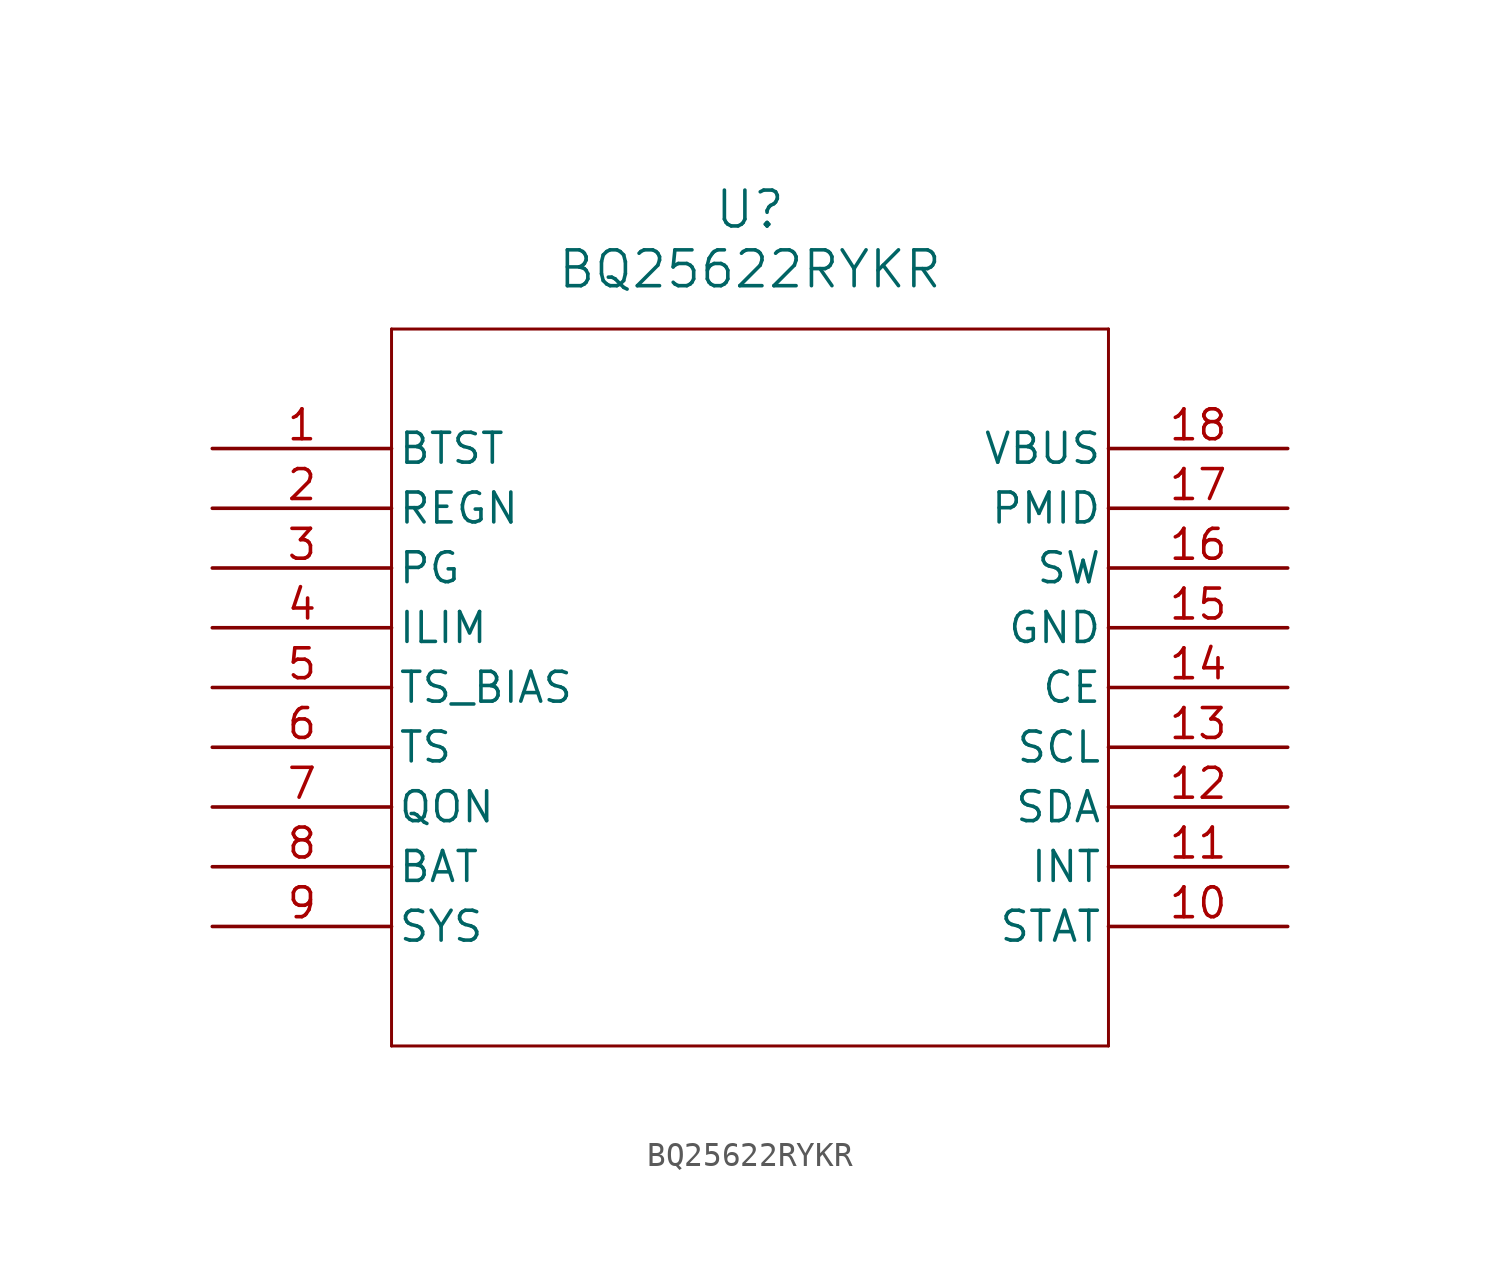
<source format=kicad_sym>
(kicad_symbol_lib
  (version 20211014)
  (generator kicad_symbol_editor)
  (symbol "BQ25622RYKR"
    (pin_names
      (offset 0.254))
    (property "Reference" "U"
      (at 22.86 10.16 0)
      (effects (font (size 1.524 1.524))))
    (property "Value" "BQ25622RYKR"
      (at 22.86 7.62 0)
      (effects (font (size 1.524 1.524))))
    (symbol "BQ25622RYKR_0_1"
      (polyline (pts (xy 7.62 5.08) (xy 7.62 -25.4)) (stroke (width 0.127) (type default) (color 0 0 0 0)) (fill (type none)))
      (polyline (pts (xy 7.62 -25.4) (xy 38.1 -25.4)) (stroke (width 0.127) (type default) (color 0 0 0 0)) (fill (type none)))
      (polyline (pts (xy 38.1 -25.4) (xy 38.1 5.08)) (stroke (width 0.127) (type default) (color 0 0 0 0)) (fill (type none)))
      (polyline (pts (xy 38.1 5.08) (xy 7.62 5.08)) (stroke (width 0.127) (type default) (color 0 0 0 0)) (fill (type none)))
      (pin unspecified line (at 0 0 0) (length 7.62) (name "BTST" (effects (font (size 1.27 1.27)))) (number "1" (effects (font (size 1.27 1.27)))))
      (pin unspecified line (at 0 -2.54 0) (length 7.62) (name "REGN" (effects (font (size 1.27 1.27)))) (number "2" (effects (font (size 1.27 1.27)))))
      (pin unspecified line (at 0 -5.08 0) (length 7.62) (name "PG" (effects (font (size 1.27 1.27)))) (number "3" (effects (font (size 1.27 1.27)))))
      (pin unspecified line (at 0 -7.62 0) (length 7.62) (name "ILIM" (effects (font (size 1.27 1.27)))) (number "4" (effects (font (size 1.27 1.27)))))
      (pin unspecified line (at 0 -10.16 0) (length 7.62) (name "TS_BIAS" (effects (font (size 1.27 1.27)))) (number "5" (effects (font (size 1.27 1.27)))))
      (pin unspecified line (at 0 -12.7 0) (length 7.62) (name "TS" (effects (font (size 1.27 1.27)))) (number "6" (effects (font (size 1.27 1.27)))))
      (pin unspecified line (at 0 -15.24 0) (length 7.62) (name "QON" (effects (font (size 1.27 1.27)))) (number "7" (effects (font (size 1.27 1.27)))))
      (pin unspecified line (at 0 -17.78 0) (length 7.62) (name "BAT" (effects (font (size 1.27 1.27)))) (number "8" (effects (font (size 1.27 1.27)))))
      (pin unspecified line (at 0 -20.32 0) (length 7.62) (name "SYS" (effects (font (size 1.27 1.27)))) (number "9" (effects (font (size 1.27 1.27)))))
      (pin unspecified line (at 45.72 -20.32 180) (length 7.62) (name "STAT" (effects (font (size 1.27 1.27)))) (number "10" (effects (font (size 1.27 1.27)))))
      (pin input line (at 45.72 -17.78 180) (length 7.62) (name "INT" (effects (font (size 1.27 1.27)))) (number "11" (effects (font (size 1.27 1.27)))))
      (pin unspecified line (at 45.72 -15.24 180) (length 7.62) (name "SDA" (effects (font (size 1.27 1.27)))) (number "12" (effects (font (size 1.27 1.27)))))
      (pin unspecified line (at 45.72 -12.7 180) (length 7.62) (name "SCL" (effects (font (size 1.27 1.27)))) (number "13" (effects (font (size 1.27 1.27)))))
      (pin unspecified line (at 45.72 -10.16 180) (length 7.62) (name "CE" (effects (font (size 1.27 1.27)))) (number "14" (effects (font (size 1.27 1.27)))))
      (pin power_out line (at 45.72 -7.62 180) (length 7.62) (name "GND" (effects (font (size 1.27 1.27)))) (number "15" (effects (font (size 1.27 1.27)))))
      (pin unspecified line (at 45.72 -5.08 180) (length 7.62) (name "SW" (effects (font (size 1.27 1.27)))) (number "16" (effects (font (size 1.27 1.27)))))
      (pin unspecified line (at 45.72 -2.54 180) (length 7.62) (name "PMID" (effects (font (size 1.27 1.27)))) (number "17" (effects (font (size 1.27 1.27)))))
      (pin unspecified line (at 45.72 0 180) (length 7.62) (name "VBUS" (effects (font (size 1.27 1.27)))) (number "18" (effects (font (size 1.27 1.27))))))))
</source>
